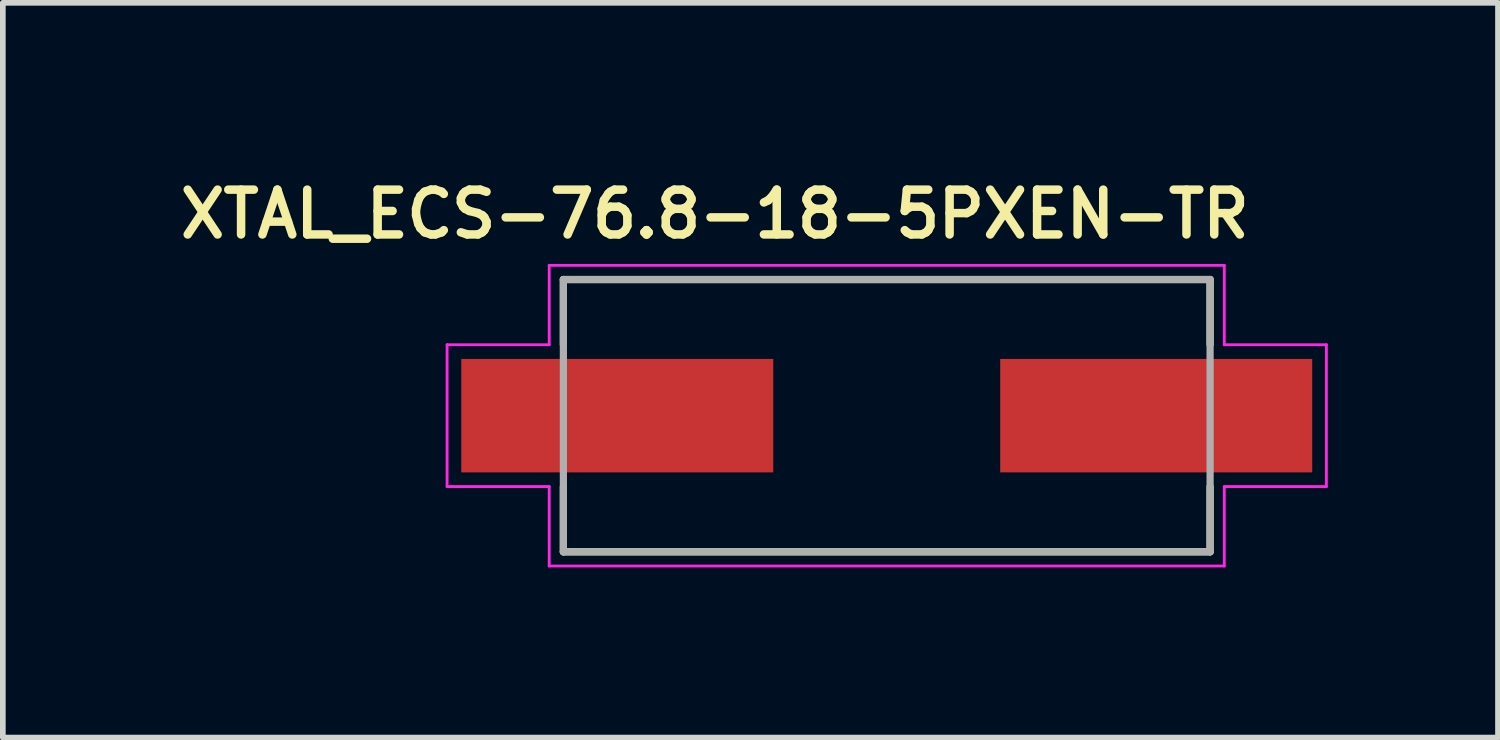
<source format=kicad_pcb>
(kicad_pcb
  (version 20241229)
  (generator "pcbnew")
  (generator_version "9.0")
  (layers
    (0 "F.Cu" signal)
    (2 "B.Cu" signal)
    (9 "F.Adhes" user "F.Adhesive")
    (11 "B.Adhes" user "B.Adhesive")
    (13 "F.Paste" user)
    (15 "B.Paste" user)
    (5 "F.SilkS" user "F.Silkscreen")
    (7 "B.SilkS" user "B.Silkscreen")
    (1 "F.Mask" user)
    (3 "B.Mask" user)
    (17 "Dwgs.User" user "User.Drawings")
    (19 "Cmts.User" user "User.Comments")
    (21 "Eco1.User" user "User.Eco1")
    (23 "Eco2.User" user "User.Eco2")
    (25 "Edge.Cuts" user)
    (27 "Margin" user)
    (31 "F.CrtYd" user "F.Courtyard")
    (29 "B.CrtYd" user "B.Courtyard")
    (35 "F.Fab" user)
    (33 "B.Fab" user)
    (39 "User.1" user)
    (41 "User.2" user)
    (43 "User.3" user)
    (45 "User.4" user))
  (footprint "XTAL_ECS-76.8-18-5PXEN-TR"
    (layer "F.Cu")
    (at 12.581 4.277)
    (property "Reference" "XTAL_ECS-76.8-18-5PXEN-TR" (at -3.03 -3.552 0) (layer "F.SilkS") (effects (font (size 0.79 0.79) (thickness 0.15))))
    (attr smd)
    (fp_line (start -5.7 -2.4) (end 5.7 -2.4) (stroke (width 0.127) (type solid)) (layer "F.SilkS"))
    (fp_line (start -5.7 -1.254) (end -5.7 -2.4) (stroke (width 0.127) (type solid)) (layer "F.SilkS"))
    (fp_line (start -5.7 2.4) (end -5.7 1.254) (stroke (width 0.127) (type solid)) (layer "F.SilkS"))
    (fp_line (start 5.7 -2.4) (end 5.7 -1.254) (stroke (width 0.127) (type solid)) (layer "F.SilkS"))
    (fp_line (start 5.7 1.254) (end 5.7 2.4) (stroke (width 0.127) (type solid)) (layer "F.SilkS"))
    (fp_line (start 5.7 2.4) (end -5.7 2.4) (stroke (width 0.127) (type solid)) (layer "F.SilkS"))
    (fp_line (start -7.75 -1.25) (end -5.95 -1.25) (stroke (width 0.05) (type solid)) (layer "F.CrtYd"))
    (fp_line (start -7.75 1.25) (end -7.75 -1.25) (stroke (width 0.05) (type solid)) (layer "F.CrtYd"))
    (fp_line (start -5.95 -2.65) (end 5.95 -2.65) (stroke (width 0.05) (type solid)) (layer "F.CrtYd"))
    (fp_line (start -5.95 -1.25) (end -5.95 -2.65) (stroke (width 0.05) (type solid)) (layer "F.CrtYd"))
    (fp_line (start -5.95 1.25) (end -7.75 1.25) (stroke (width 0.05) (type solid)) (layer "F.CrtYd"))
    (fp_line (start -5.95 2.65) (end -5.95 1.25) (stroke (width 0.05) (type solid)) (layer "F.CrtYd"))
    (fp_line (start 5.95 -2.65) (end 5.95 -1.25) (stroke (width 0.05) (type solid)) (layer "F.CrtYd"))
    (fp_line (start 5.95 -1.25) (end 7.75 -1.25) (stroke (width 0.05) (type solid)) (layer "F.CrtYd"))
    (fp_line (start 5.95 1.25) (end 5.95 2.65) (stroke (width 0.05) (type solid)) (layer "F.CrtYd"))
    (fp_line (start 5.95 2.65) (end -5.95 2.65) (stroke (width 0.05) (type solid)) (layer "F.CrtYd"))
    (fp_line (start 7.75 -1.25) (end 7.75 1.25) (stroke (width 0.05) (type solid)) (layer "F.CrtYd"))
    (fp_line (start 7.75 1.25) (end 5.95 1.25) (stroke (width 0.05) (type solid)) (layer "F.CrtYd"))
    (fp_line (start -5.7 -2.4) (end -5.7 2.4) (stroke (width 0.127) (type solid)) (layer "F.Fab"))
    (fp_line (start -5.7 2.4) (end 5.7 2.4) (stroke (width 0.127) (type solid)) (layer "F.Fab"))
    (fp_line (start 5.7 -2.4) (end -5.7 -2.4) (stroke (width 0.127) (type solid)) (layer "F.Fab"))
    (fp_line (start 5.7 2.4) (end 5.7 -2.4) (stroke (width 0.127) (type solid)) (layer "F.Fab"))
    (pad "1" smd rect (at -4.75 0) (size 5.5 2) (layers "F.Cu" "F.Mask" "F.Paste"))
    (pad "2" smd rect (at 4.75 0) (size 5.5 2) (layers "F.Cu" "F.Mask" "F.Paste")))
  (gr_rect
    (start -3 -3)
    (end 23.356 9.952)
    (stroke (width 0.1) (type default))
    (fill no)
    (layer "Edge.Cuts")))
</source>
